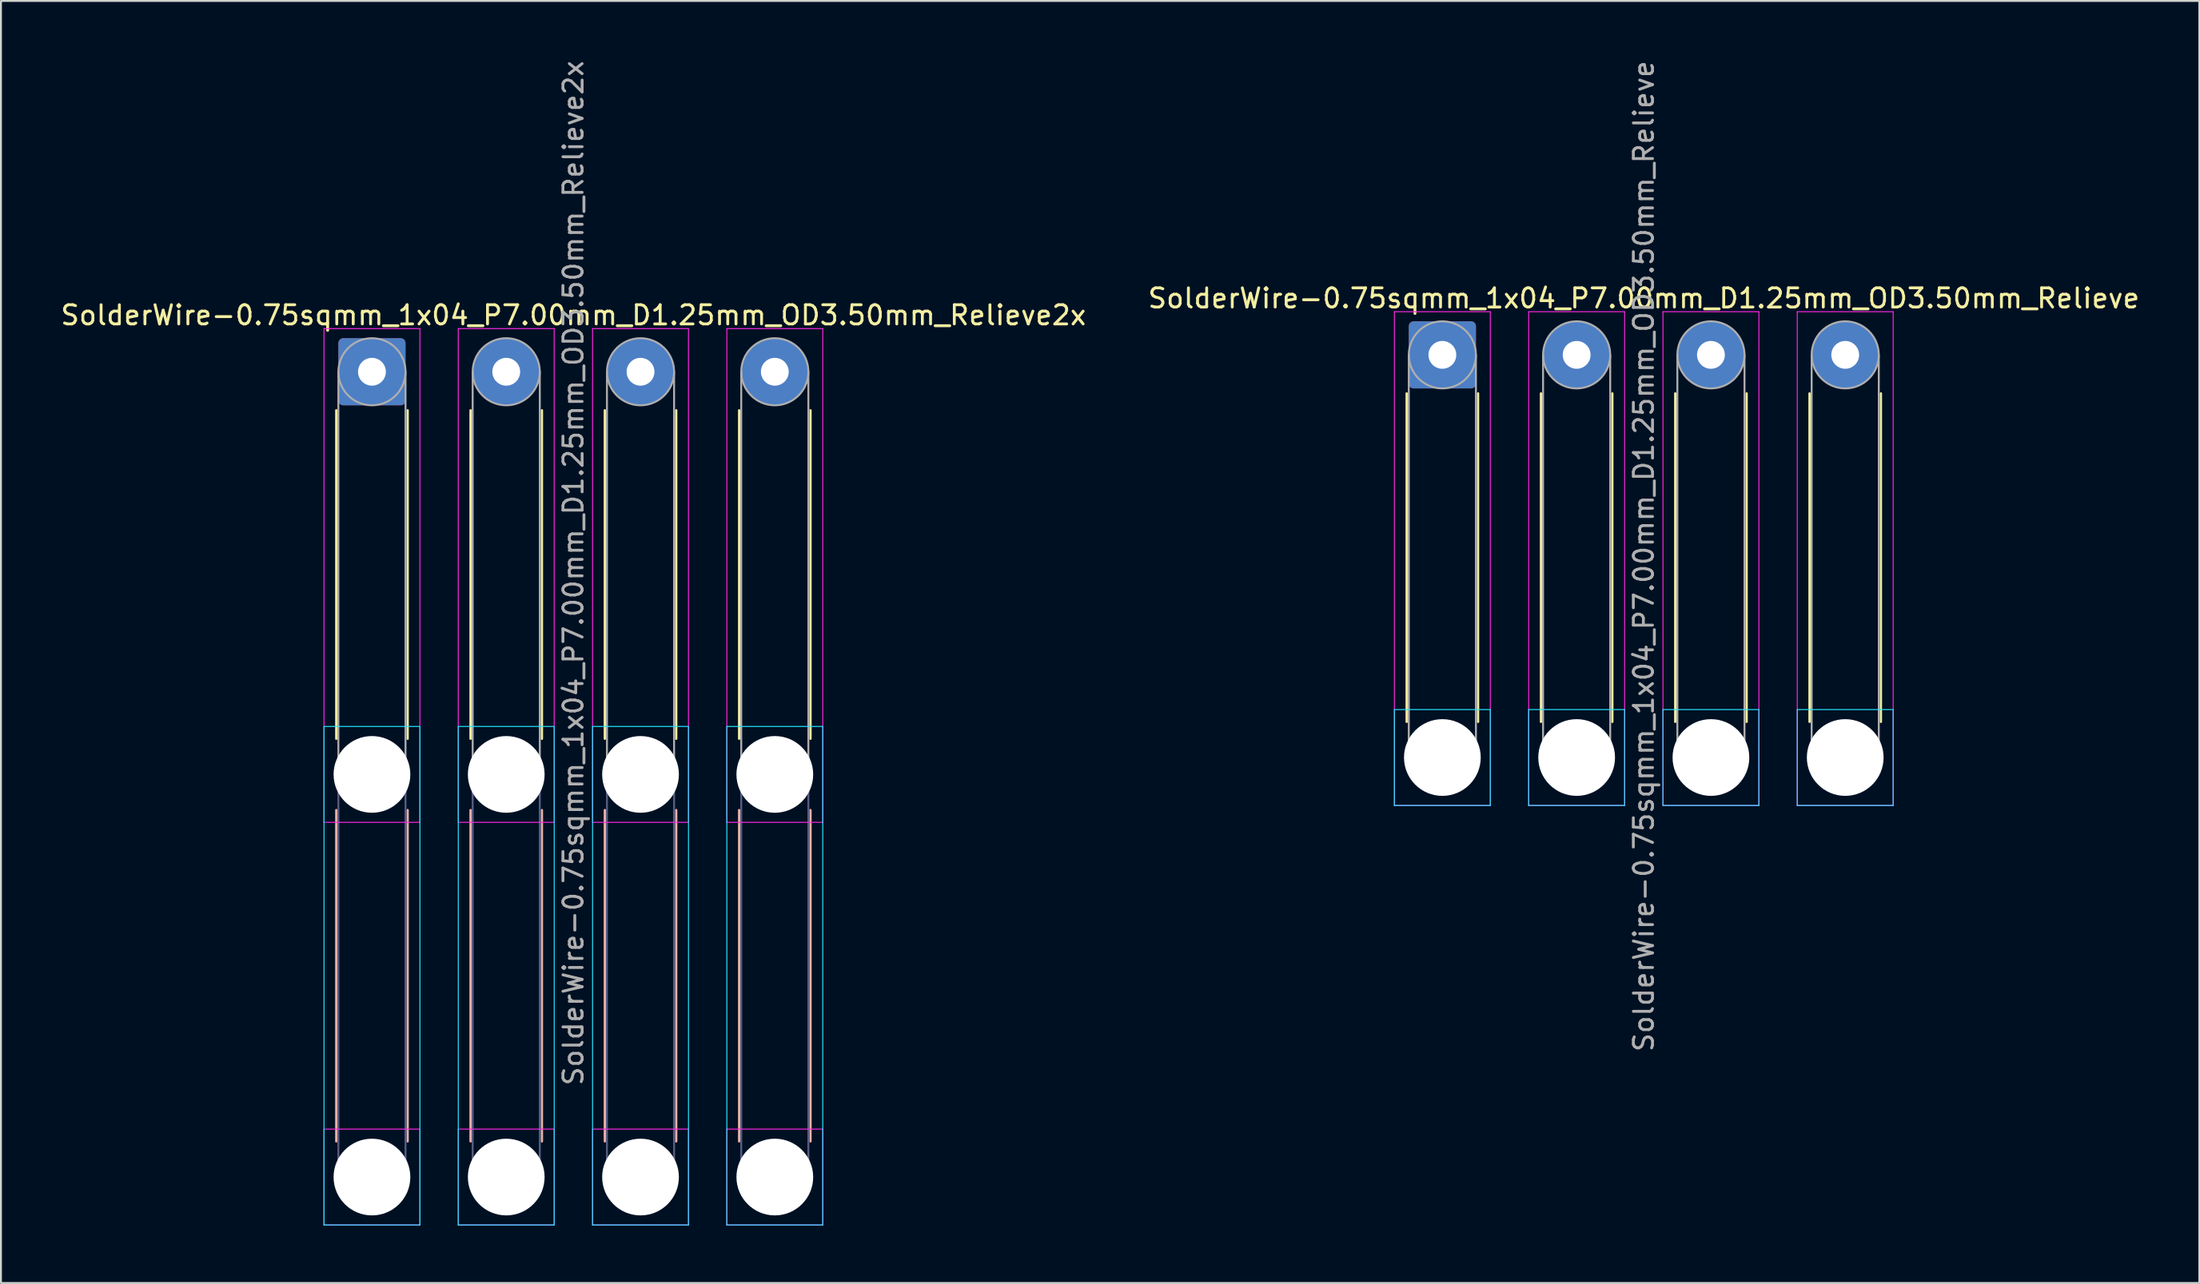
<source format=kicad_pcb>
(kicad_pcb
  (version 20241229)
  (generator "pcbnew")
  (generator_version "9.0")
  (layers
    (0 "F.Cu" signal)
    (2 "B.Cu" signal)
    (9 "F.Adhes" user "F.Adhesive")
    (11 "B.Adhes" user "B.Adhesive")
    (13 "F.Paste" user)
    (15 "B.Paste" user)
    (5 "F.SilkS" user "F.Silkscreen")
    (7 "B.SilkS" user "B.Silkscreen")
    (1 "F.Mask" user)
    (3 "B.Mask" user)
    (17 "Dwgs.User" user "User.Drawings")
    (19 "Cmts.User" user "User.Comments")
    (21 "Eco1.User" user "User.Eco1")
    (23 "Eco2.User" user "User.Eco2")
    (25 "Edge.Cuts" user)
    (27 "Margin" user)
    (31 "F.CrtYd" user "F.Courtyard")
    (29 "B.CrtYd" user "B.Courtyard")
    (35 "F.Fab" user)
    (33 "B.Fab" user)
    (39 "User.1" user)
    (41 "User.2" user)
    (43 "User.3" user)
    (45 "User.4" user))
  (footprint "SolderWire-0.75sqmm_1x04_P7.00mm_D1.25mm_OD3.50mm_Relieve"
    (layer "F.Cu")
    (at 72.137 15.458)
    (property "Reference" "SolderWire-0.75sqmm_1x04_P7.00mm_D1.25mm_OD3.50mm_Relieve" (at 10.5 -2.95 0) (layer "F.SilkS") (effects (font (size 1 1) (thickness 0.15))))
    (attr exclude_from_pos_files exclude_from_bom)
    (fp_line (start -1.86 2.01) (end -1.86 19.14) (stroke (width 0.12) (type solid)) (layer "F.SilkS"))
    (fp_line (start 1.86 2.01) (end 1.86 19.14) (stroke (width 0.12) (type solid)) (layer "F.SilkS"))
    (fp_line (start 5.14 2.01) (end 5.14 19.14) (stroke (width 0.12) (type solid)) (layer "F.SilkS"))
    (fp_line (start 8.86 2.01) (end 8.86 19.14) (stroke (width 0.12) (type solid)) (layer "F.SilkS"))
    (fp_line (start 12.14 2.01) (end 12.14 19.14) (stroke (width 0.12) (type solid)) (layer "F.SilkS"))
    (fp_line (start 15.86 2.01) (end 15.86 19.14) (stroke (width 0.12) (type solid)) (layer "F.SilkS"))
    (fp_line (start 19.14 2.01) (end 19.14 19.14) (stroke (width 0.12) (type solid)) (layer "F.SilkS"))
    (fp_line (start 22.86 2.01) (end 22.86 19.14) (stroke (width 0.12) (type solid)) (layer "F.SilkS"))
    (fp_line (start -2.5 18.5) (end -2.5 23.5) (stroke (width 0.05) (type solid)) (layer "B.CrtYd"))
    (fp_line (start -2.5 23.5) (end 2.5 23.5) (stroke (width 0.05) (type solid)) (layer "B.CrtYd"))
    (fp_line (start 2.5 18.5) (end -2.5 18.5) (stroke (width 0.05) (type solid)) (layer "B.CrtYd"))
    (fp_line (start 2.5 23.5) (end 2.5 18.5) (stroke (width 0.05) (type solid)) (layer "B.CrtYd"))
    (fp_line (start 4.5 18.5) (end 4.5 23.5) (stroke (width 0.05) (type solid)) (layer "B.CrtYd"))
    (fp_line (start 4.5 23.5) (end 9.5 23.5) (stroke (width 0.05) (type solid)) (layer "B.CrtYd"))
    (fp_line (start 9.5 18.5) (end 4.5 18.5) (stroke (width 0.05) (type solid)) (layer "B.CrtYd"))
    (fp_line (start 9.5 23.5) (end 9.5 18.5) (stroke (width 0.05) (type solid)) (layer "B.CrtYd"))
    (fp_line (start 11.5 18.5) (end 11.5 23.5) (stroke (width 0.05) (type solid)) (layer "B.CrtYd"))
    (fp_line (start 11.5 23.5) (end 16.5 23.5) (stroke (width 0.05) (type solid)) (layer "B.CrtYd"))
    (fp_line (start 16.5 18.5) (end 11.5 18.5) (stroke (width 0.05) (type solid)) (layer "B.CrtYd"))
    (fp_line (start 16.5 23.5) (end 16.5 18.5) (stroke (width 0.05) (type solid)) (layer "B.CrtYd"))
    (fp_line (start 18.5 18.5) (end 18.5 23.5) (stroke (width 0.05) (type solid)) (layer "B.CrtYd"))
    (fp_line (start 18.5 23.5) (end 23.5 23.5) (stroke (width 0.05) (type solid)) (layer "B.CrtYd"))
    (fp_line (start 23.5 18.5) (end 18.5 18.5) (stroke (width 0.05) (type solid)) (layer "B.CrtYd"))
    (fp_line (start 23.5 23.5) (end 23.5 18.5) (stroke (width 0.05) (type solid)) (layer "B.CrtYd"))
    (fp_line (start -2.5 -2.25) (end -2.5 23.5) (stroke (width 0.05) (type solid)) (layer "F.CrtYd"))
    (fp_line (start -2.5 23.5) (end 2.5 23.5) (stroke (width 0.05) (type solid)) (layer "F.CrtYd"))
    (fp_line (start 2.5 -2.25) (end -2.5 -2.25) (stroke (width 0.05) (type solid)) (layer "F.CrtYd"))
    (fp_line (start 2.5 23.5) (end 2.5 -2.25) (stroke (width 0.05) (type solid)) (layer "F.CrtYd"))
    (fp_line (start 4.5 -2.25) (end 4.5 23.5) (stroke (width 0.05) (type solid)) (layer "F.CrtYd"))
    (fp_line (start 4.5 23.5) (end 9.5 23.5) (stroke (width 0.05) (type solid)) (layer "F.CrtYd"))
    (fp_line (start 9.5 -2.25) (end 4.5 -2.25) (stroke (width 0.05) (type solid)) (layer "F.CrtYd"))
    (fp_line (start 9.5 23.5) (end 9.5 -2.25) (stroke (width 0.05) (type solid)) (layer "F.CrtYd"))
    (fp_line (start 11.5 -2.25) (end 11.5 23.5) (stroke (width 0.05) (type solid)) (layer "F.CrtYd"))
    (fp_line (start 11.5 23.5) (end 16.5 23.5) (stroke (width 0.05) (type solid)) (layer "F.CrtYd"))
    (fp_line (start 16.5 -2.25) (end 11.5 -2.25) (stroke (width 0.05) (type solid)) (layer "F.CrtYd"))
    (fp_line (start 16.5 23.5) (end 16.5 -2.25) (stroke (width 0.05) (type solid)) (layer "F.CrtYd"))
    (fp_line (start 18.5 -2.25) (end 18.5 23.5) (stroke (width 0.05) (type solid)) (layer "F.CrtYd"))
    (fp_line (start 18.5 23.5) (end 23.5 23.5) (stroke (width 0.05) (type solid)) (layer "F.CrtYd"))
    (fp_line (start 23.5 -2.25) (end 18.5 -2.25) (stroke (width 0.05) (type solid)) (layer "F.CrtYd"))
    (fp_line (start 23.5 23.5) (end 23.5 -2.25) (stroke (width 0.05) (type solid)) (layer "F.CrtYd"))
    (fp_line (start -1.75 0) (end -1.75 21) (stroke (width 0.1) (type solid)) (layer "F.Fab"))
    (fp_line (start 1.75 0) (end 1.75 21) (stroke (width 0.1) (type solid)) (layer "F.Fab"))
    (fp_line (start 5.25 0) (end 5.25 21) (stroke (width 0.1) (type solid)) (layer "F.Fab"))
    (fp_line (start 8.75 0) (end 8.75 21) (stroke (width 0.1) (type solid)) (layer "F.Fab"))
    (fp_line (start 12.25 0) (end 12.25 21) (stroke (width 0.1) (type solid)) (layer "F.Fab"))
    (fp_line (start 15.75 0) (end 15.75 21) (stroke (width 0.1) (type solid)) (layer "F.Fab"))
    (fp_line (start 19.25 0) (end 19.25 21) (stroke (width 0.1) (type solid)) (layer "F.Fab"))
    (fp_line (start 22.75 0) (end 22.75 21) (stroke (width 0.1) (type solid)) (layer "F.Fab"))
    (fp_circle (center 0 0) (end 1.75 0) (stroke (width 0.1) (type solid)) (fill no) (layer "F.Fab"))
    (fp_circle (center 0 21) (end 1.75 21) (stroke (width 0.1) (type solid)) (fill no) (layer "F.Fab"))
    (fp_circle (center 7 0) (end 8.75 0) (stroke (width 0.1) (type solid)) (fill no) (layer "F.Fab"))
    (fp_circle (center 7 21) (end 8.75 21) (stroke (width 0.1) (type solid)) (fill no) (layer "F.Fab"))
    (fp_circle (center 14 0) (end 15.75 0) (stroke (width 0.1) (type solid)) (fill no) (layer "F.Fab"))
    (fp_circle (center 14 21) (end 15.75 21) (stroke (width 0.1) (type solid)) (fill no) (layer "F.Fab"))
    (fp_circle (center 21 0) (end 22.75 0) (stroke (width 0.1) (type solid)) (fill no) (layer "F.Fab"))
    (fp_circle (center 21 21) (end 22.75 21) (stroke (width 0.1) (type solid)) (fill no) (layer "F.Fab"))
    (fp_text user "${REFERENCE}" (at 10.5 10.5 90) (layer "F.Fab") (effects (font (size 1 1) (thickness 0.15))))
    (pad "" np_thru_hole circle (at 0 21) (size 4 4) (drill 4) (layers "*.Cu" "*.Mask"))
    (pad "" np_thru_hole circle (at 7 21) (size 4 4) (drill 4) (layers "*.Cu" "*.Mask"))
    (pad "" np_thru_hole circle (at 14 21) (size 4 4) (drill 4) (layers "*.Cu" "*.Mask"))
    (pad "" np_thru_hole circle (at 21 21) (size 4 4) (drill 4) (layers "*.Cu" "*.Mask"))
    (pad "1" thru_hole roundrect (at 0 0) (size 3.5 3.5) (drill 1.45) (layers "*.Cu" "*.Mask") (roundrect_rratio 0.071))
    (pad "2" thru_hole circle (at 7 0) (size 3.5 3.5) (drill 1.45) (layers "*.Cu" "*.Mask"))
    (pad "3" thru_hole circle (at 14 0) (size 3.5 3.5) (drill 1.45) (layers "*.Cu" "*.Mask"))
    (pad "4" thru_hole circle (at 21 0) (size 3.5 3.5) (drill 1.45) (layers "*.Cu" "*.Mask")))
  (footprint "SolderWire-0.75sqmm_1x04_P7.00mm_D1.25mm_OD3.50mm_Relieve2x"
    (layer "F.Cu")
    (at 16.339 16.339)
    (property "Reference" "SolderWire-0.75sqmm_1x04_P7.00mm_D1.25mm_OD3.50mm_Relieve2x" (at 10.5 -2.95 0) (layer "F.SilkS") (effects (font (size 1 1) (thickness 0.15))))
    (attr exclude_from_pos_files exclude_from_bom)
    (fp_line (start -1.86 2.01) (end -1.86 19.14) (stroke (width 0.12) (type solid)) (layer "F.SilkS"))
    (fp_line (start 1.86 2.01) (end 1.86 19.14) (stroke (width 0.12) (type solid)) (layer "F.SilkS"))
    (fp_line (start 5.14 2.01) (end 5.14 19.14) (stroke (width 0.12) (type solid)) (layer "F.SilkS"))
    (fp_line (start 8.86 2.01) (end 8.86 19.14) (stroke (width 0.12) (type solid)) (layer "F.SilkS"))
    (fp_line (start 12.14 2.01) (end 12.14 19.14) (stroke (width 0.12) (type solid)) (layer "F.SilkS"))
    (fp_line (start 15.86 2.01) (end 15.86 19.14) (stroke (width 0.12) (type solid)) (layer "F.SilkS"))
    (fp_line (start 19.14 2.01) (end 19.14 19.14) (stroke (width 0.12) (type solid)) (layer "F.SilkS"))
    (fp_line (start 22.86 2.01) (end 22.86 19.14) (stroke (width 0.12) (type solid)) (layer "F.SilkS"))
    (fp_line (start -1.86 22.86) (end -1.86 40.14) (stroke (width 0.12) (type solid)) (layer "B.SilkS"))
    (fp_line (start 1.86 22.86) (end 1.86 40.14) (stroke (width 0.12) (type solid)) (layer "B.SilkS"))
    (fp_line (start 5.14 22.86) (end 5.14 40.14) (stroke (width 0.12) (type solid)) (layer "B.SilkS"))
    (fp_line (start 8.86 22.86) (end 8.86 40.14) (stroke (width 0.12) (type solid)) (layer "B.SilkS"))
    (fp_line (start 12.14 22.86) (end 12.14 40.14) (stroke (width 0.12) (type solid)) (layer "B.SilkS"))
    (fp_line (start 15.86 22.86) (end 15.86 40.14) (stroke (width 0.12) (type solid)) (layer "B.SilkS"))
    (fp_line (start 19.14 22.86) (end 19.14 40.14) (stroke (width 0.12) (type solid)) (layer "B.SilkS"))
    (fp_line (start 22.86 22.86) (end 22.86 40.14) (stroke (width 0.12) (type solid)) (layer "B.SilkS"))
    (fp_line (start -2.5 18.5) (end -2.5 44.5) (stroke (width 0.05) (type solid)) (layer "B.CrtYd"))
    (fp_line (start -2.5 44.5) (end 2.5 44.5) (stroke (width 0.05) (type solid)) (layer "B.CrtYd"))
    (fp_line (start 2.5 18.5) (end -2.5 18.5) (stroke (width 0.05) (type solid)) (layer "B.CrtYd"))
    (fp_line (start 2.5 44.5) (end 2.5 18.5) (stroke (width 0.05) (type solid)) (layer "B.CrtYd"))
    (fp_line (start 4.5 18.5) (end 4.5 44.5) (stroke (width 0.05) (type solid)) (layer "B.CrtYd"))
    (fp_line (start 4.5 44.5) (end 9.5 44.5) (stroke (width 0.05) (type solid)) (layer "B.CrtYd"))
    (fp_line (start 9.5 18.5) (end 4.5 18.5) (stroke (width 0.05) (type solid)) (layer "B.CrtYd"))
    (fp_line (start 9.5 44.5) (end 9.5 18.5) (stroke (width 0.05) (type solid)) (layer "B.CrtYd"))
    (fp_line (start 11.5 18.5) (end 11.5 44.5) (stroke (width 0.05) (type solid)) (layer "B.CrtYd"))
    (fp_line (start 11.5 44.5) (end 16.5 44.5) (stroke (width 0.05) (type solid)) (layer "B.CrtYd"))
    (fp_line (start 16.5 18.5) (end 11.5 18.5) (stroke (width 0.05) (type solid)) (layer "B.CrtYd"))
    (fp_line (start 16.5 44.5) (end 16.5 18.5) (stroke (width 0.05) (type solid)) (layer "B.CrtYd"))
    (fp_line (start 18.5 18.5) (end 18.5 44.5) (stroke (width 0.05) (type solid)) (layer "B.CrtYd"))
    (fp_line (start 18.5 44.5) (end 23.5 44.5) (stroke (width 0.05) (type solid)) (layer "B.CrtYd"))
    (fp_line (start 23.5 18.5) (end 18.5 18.5) (stroke (width 0.05) (type solid)) (layer "B.CrtYd"))
    (fp_line (start 23.5 44.5) (end 23.5 18.5) (stroke (width 0.05) (type solid)) (layer "B.CrtYd"))
    (fp_line (start -2.5 -2.25) (end -2.5 23.5) (stroke (width 0.05) (type solid)) (layer "F.CrtYd"))
    (fp_line (start -2.5 23.5) (end 2.5 23.5) (stroke (width 0.05) (type solid)) (layer "F.CrtYd"))
    (fp_line (start -2.5 39.5) (end -2.5 44.5) (stroke (width 0.05) (type solid)) (layer "F.CrtYd"))
    (fp_line (start -2.5 44.5) (end 2.5 44.5) (stroke (width 0.05) (type solid)) (layer "F.CrtYd"))
    (fp_line (start 2.5 -2.25) (end -2.5 -2.25) (stroke (width 0.05) (type solid)) (layer "F.CrtYd"))
    (fp_line (start 2.5 23.5) (end 2.5 -2.25) (stroke (width 0.05) (type solid)) (layer "F.CrtYd"))
    (fp_line (start 2.5 39.5) (end -2.5 39.5) (stroke (width 0.05) (type solid)) (layer "F.CrtYd"))
    (fp_line (start 2.5 44.5) (end 2.5 39.5) (stroke (width 0.05) (type solid)) (layer "F.CrtYd"))
    (fp_line (start 4.5 -2.25) (end 4.5 23.5) (stroke (width 0.05) (type solid)) (layer "F.CrtYd"))
    (fp_line (start 4.5 23.5) (end 9.5 23.5) (stroke (width 0.05) (type solid)) (layer "F.CrtYd"))
    (fp_line (start 4.5 39.5) (end 4.5 44.5) (stroke (width 0.05) (type solid)) (layer "F.CrtYd"))
    (fp_line (start 4.5 44.5) (end 9.5 44.5) (stroke (width 0.05) (type solid)) (layer "F.CrtYd"))
    (fp_line (start 9.5 -2.25) (end 4.5 -2.25) (stroke (width 0.05) (type solid)) (layer "F.CrtYd"))
    (fp_line (start 9.5 23.5) (end 9.5 -2.25) (stroke (width 0.05) (type solid)) (layer "F.CrtYd"))
    (fp_line (start 9.5 39.5) (end 4.5 39.5) (stroke (width 0.05) (type solid)) (layer "F.CrtYd"))
    (fp_line (start 9.5 44.5) (end 9.5 39.5) (stroke (width 0.05) (type solid)) (layer "F.CrtYd"))
    (fp_line (start 11.5 -2.25) (end 11.5 23.5) (stroke (width 0.05) (type solid)) (layer "F.CrtYd"))
    (fp_line (start 11.5 23.5) (end 16.5 23.5) (stroke (width 0.05) (type solid)) (layer "F.CrtYd"))
    (fp_line (start 11.5 39.5) (end 11.5 44.5) (stroke (width 0.05) (type solid)) (layer "F.CrtYd"))
    (fp_line (start 11.5 44.5) (end 16.5 44.5) (stroke (width 0.05) (type solid)) (layer "F.CrtYd"))
    (fp_line (start 16.5 -2.25) (end 11.5 -2.25) (stroke (width 0.05) (type solid)) (layer "F.CrtYd"))
    (fp_line (start 16.5 23.5) (end 16.5 -2.25) (stroke (width 0.05) (type solid)) (layer "F.CrtYd"))
    (fp_line (start 16.5 39.5) (end 11.5 39.5) (stroke (width 0.05) (type solid)) (layer "F.CrtYd"))
    (fp_line (start 16.5 44.5) (end 16.5 39.5) (stroke (width 0.05) (type solid)) (layer "F.CrtYd"))
    (fp_line (start 18.5 -2.25) (end 18.5 23.5) (stroke (width 0.05) (type solid)) (layer "F.CrtYd"))
    (fp_line (start 18.5 23.5) (end 23.5 23.5) (stroke (width 0.05) (type solid)) (layer "F.CrtYd"))
    (fp_line (start 18.5 39.5) (end 18.5 44.5) (stroke (width 0.05) (type solid)) (layer "F.CrtYd"))
    (fp_line (start 18.5 44.5) (end 23.5 44.5) (stroke (width 0.05) (type solid)) (layer "F.CrtYd"))
    (fp_line (start 23.5 -2.25) (end 18.5 -2.25) (stroke (width 0.05) (type solid)) (layer "F.CrtYd"))
    (fp_line (start 23.5 23.5) (end 23.5 -2.25) (stroke (width 0.05) (type solid)) (layer "F.CrtYd"))
    (fp_line (start 23.5 39.5) (end 18.5 39.5) (stroke (width 0.05) (type solid)) (layer "F.CrtYd"))
    (fp_line (start 23.5 44.5) (end 23.5 39.5) (stroke (width 0.05) (type solid)) (layer "F.CrtYd"))
    (fp_line (start -1.75 21) (end -1.75 42) (stroke (width 0.1) (type solid)) (layer "B.Fab"))
    (fp_line (start 1.75 21) (end 1.75 42) (stroke (width 0.1) (type solid)) (layer "B.Fab"))
    (fp_line (start 5.25 21) (end 5.25 42) (stroke (width 0.1) (type solid)) (layer "B.Fab"))
    (fp_line (start 8.75 21) (end 8.75 42) (stroke (width 0.1) (type solid)) (layer "B.Fab"))
    (fp_line (start 12.25 21) (end 12.25 42) (stroke (width 0.1) (type solid)) (layer "B.Fab"))
    (fp_line (start 15.75 21) (end 15.75 42) (stroke (width 0.1) (type solid)) (layer "B.Fab"))
    (fp_line (start 19.25 21) (end 19.25 42) (stroke (width 0.1) (type solid)) (layer "B.Fab"))
    (fp_line (start 22.75 21) (end 22.75 42) (stroke (width 0.1) (type solid)) (layer "B.Fab"))
    (fp_circle (center 0 21) (end 1.75 21) (stroke (width 0.1) (type solid)) (fill no) (layer "B.Fab"))
    (fp_circle (center 0 42) (end 1.75 42) (stroke (width 0.1) (type solid)) (fill no) (layer "B.Fab"))
    (fp_circle (center 7 21) (end 8.75 21) (stroke (width 0.1) (type solid)) (fill no) (layer "B.Fab"))
    (fp_circle (center 7 42) (end 8.75 42) (stroke (width 0.1) (type solid)) (fill no) (layer "B.Fab"))
    (fp_circle (center 14 21) (end 15.75 21) (stroke (width 0.1) (type solid)) (fill no) (layer "B.Fab"))
    (fp_circle (center 14 42) (end 15.75 42) (stroke (width 0.1) (type solid)) (fill no) (layer "B.Fab"))
    (fp_circle (center 21 21) (end 22.75 21) (stroke (width 0.1) (type solid)) (fill no) (layer "B.Fab"))
    (fp_circle (center 21 42) (end 22.75 42) (stroke (width 0.1) (type solid)) (fill no) (layer "B.Fab"))
    (fp_line (start -1.75 0) (end -1.75 21) (stroke (width 0.1) (type solid)) (layer "F.Fab"))
    (fp_line (start 1.75 0) (end 1.75 21) (stroke (width 0.1) (type solid)) (layer "F.Fab"))
    (fp_line (start 5.25 0) (end 5.25 21) (stroke (width 0.1) (type solid)) (layer "F.Fab"))
    (fp_line (start 8.75 0) (end 8.75 21) (stroke (width 0.1) (type solid)) (layer "F.Fab"))
    (fp_line (start 12.25 0) (end 12.25 21) (stroke (width 0.1) (type solid)) (layer "F.Fab"))
    (fp_line (start 15.75 0) (end 15.75 21) (stroke (width 0.1) (type solid)) (layer "F.Fab"))
    (fp_line (start 19.25 0) (end 19.25 21) (stroke (width 0.1) (type solid)) (layer "F.Fab"))
    (fp_line (start 22.75 0) (end 22.75 21) (stroke (width 0.1) (type solid)) (layer "F.Fab"))
    (fp_circle (center 0 0) (end 1.75 0) (stroke (width 0.1) (type solid)) (fill no) (layer "F.Fab"))
    (fp_circle (center 0 21) (end 1.75 21) (stroke (width 0.1) (type solid)) (fill no) (layer "F.Fab"))
    (fp_circle (center 0 42) (end 1.75 42) (stroke (width 0.1) (type solid)) (fill no) (layer "F.Fab"))
    (fp_circle (center 7 0) (end 8.75 0) (stroke (width 0.1) (type solid)) (fill no) (layer "F.Fab"))
    (fp_circle (center 7 21) (end 8.75 21) (stroke (width 0.1) (type solid)) (fill no) (layer "F.Fab"))
    (fp_circle (center 7 42) (end 8.75 42) (stroke (width 0.1) (type solid)) (fill no) (layer "F.Fab"))
    (fp_circle (center 14 0) (end 15.75 0) (stroke (width 0.1) (type solid)) (fill no) (layer "F.Fab"))
    (fp_circle (center 14 21) (end 15.75 21) (stroke (width 0.1) (type solid)) (fill no) (layer "F.Fab"))
    (fp_circle (center 14 42) (end 15.75 42) (stroke (width 0.1) (type solid)) (fill no) (layer "F.Fab"))
    (fp_circle (center 21 0) (end 22.75 0) (stroke (width 0.1) (type solid)) (fill no) (layer "F.Fab"))
    (fp_circle (center 21 21) (end 22.75 21) (stroke (width 0.1) (type solid)) (fill no) (layer "F.Fab"))
    (fp_circle (center 21 42) (end 22.75 42) (stroke (width 0.1) (type solid)) (fill no) (layer "F.Fab"))
    (fp_text user "${REFERENCE}" (at 10.5 10.5 90) (layer "F.Fab") (effects (font (size 1 1) (thickness 0.15))))
    (pad "" np_thru_hole circle (at 0 21) (size 4 4) (drill 4) (layers "*.Cu" "*.Mask"))
    (pad "" np_thru_hole circle (at 0 42) (size 4 4) (drill 4) (layers "*.Cu" "*.Mask"))
    (pad "" np_thru_hole circle (at 7 21) (size 4 4) (drill 4) (layers "*.Cu" "*.Mask"))
    (pad "" np_thru_hole circle (at 7 42) (size 4 4) (drill 4) (layers "*.Cu" "*.Mask"))
    (pad "" np_thru_hole circle (at 14 21) (size 4 4) (drill 4) (layers "*.Cu" "*.Mask"))
    (pad "" np_thru_hole circle (at 14 42) (size 4 4) (drill 4) (layers "*.Cu" "*.Mask"))
    (pad "" np_thru_hole circle (at 21 21) (size 4 4) (drill 4) (layers "*.Cu" "*.Mask"))
    (pad "" np_thru_hole circle (at 21 42) (size 4 4) (drill 4) (layers "*.Cu" "*.Mask"))
    (pad "1" thru_hole roundrect (at 0 0) (size 3.5 3.5) (drill 1.45) (layers "*.Cu" "*.Mask") (roundrect_rratio 0.071))
    (pad "2" thru_hole circle (at 7 0) (size 3.5 3.5) (drill 1.45) (layers "*.Cu" "*.Mask"))
    (pad "3" thru_hole circle (at 14 0) (size 3.5 3.5) (drill 1.45) (layers "*.Cu" "*.Mask"))
    (pad "4" thru_hole circle (at 21 0) (size 3.5 3.5) (drill 1.45) (layers "*.Cu" "*.Mask")))
  (gr_rect
    (start -3 -3)
    (end 111.595 63.864)
    (stroke (width 0.1) (type default))
    (fill no)
    (layer "Edge.Cuts")))
</source>
